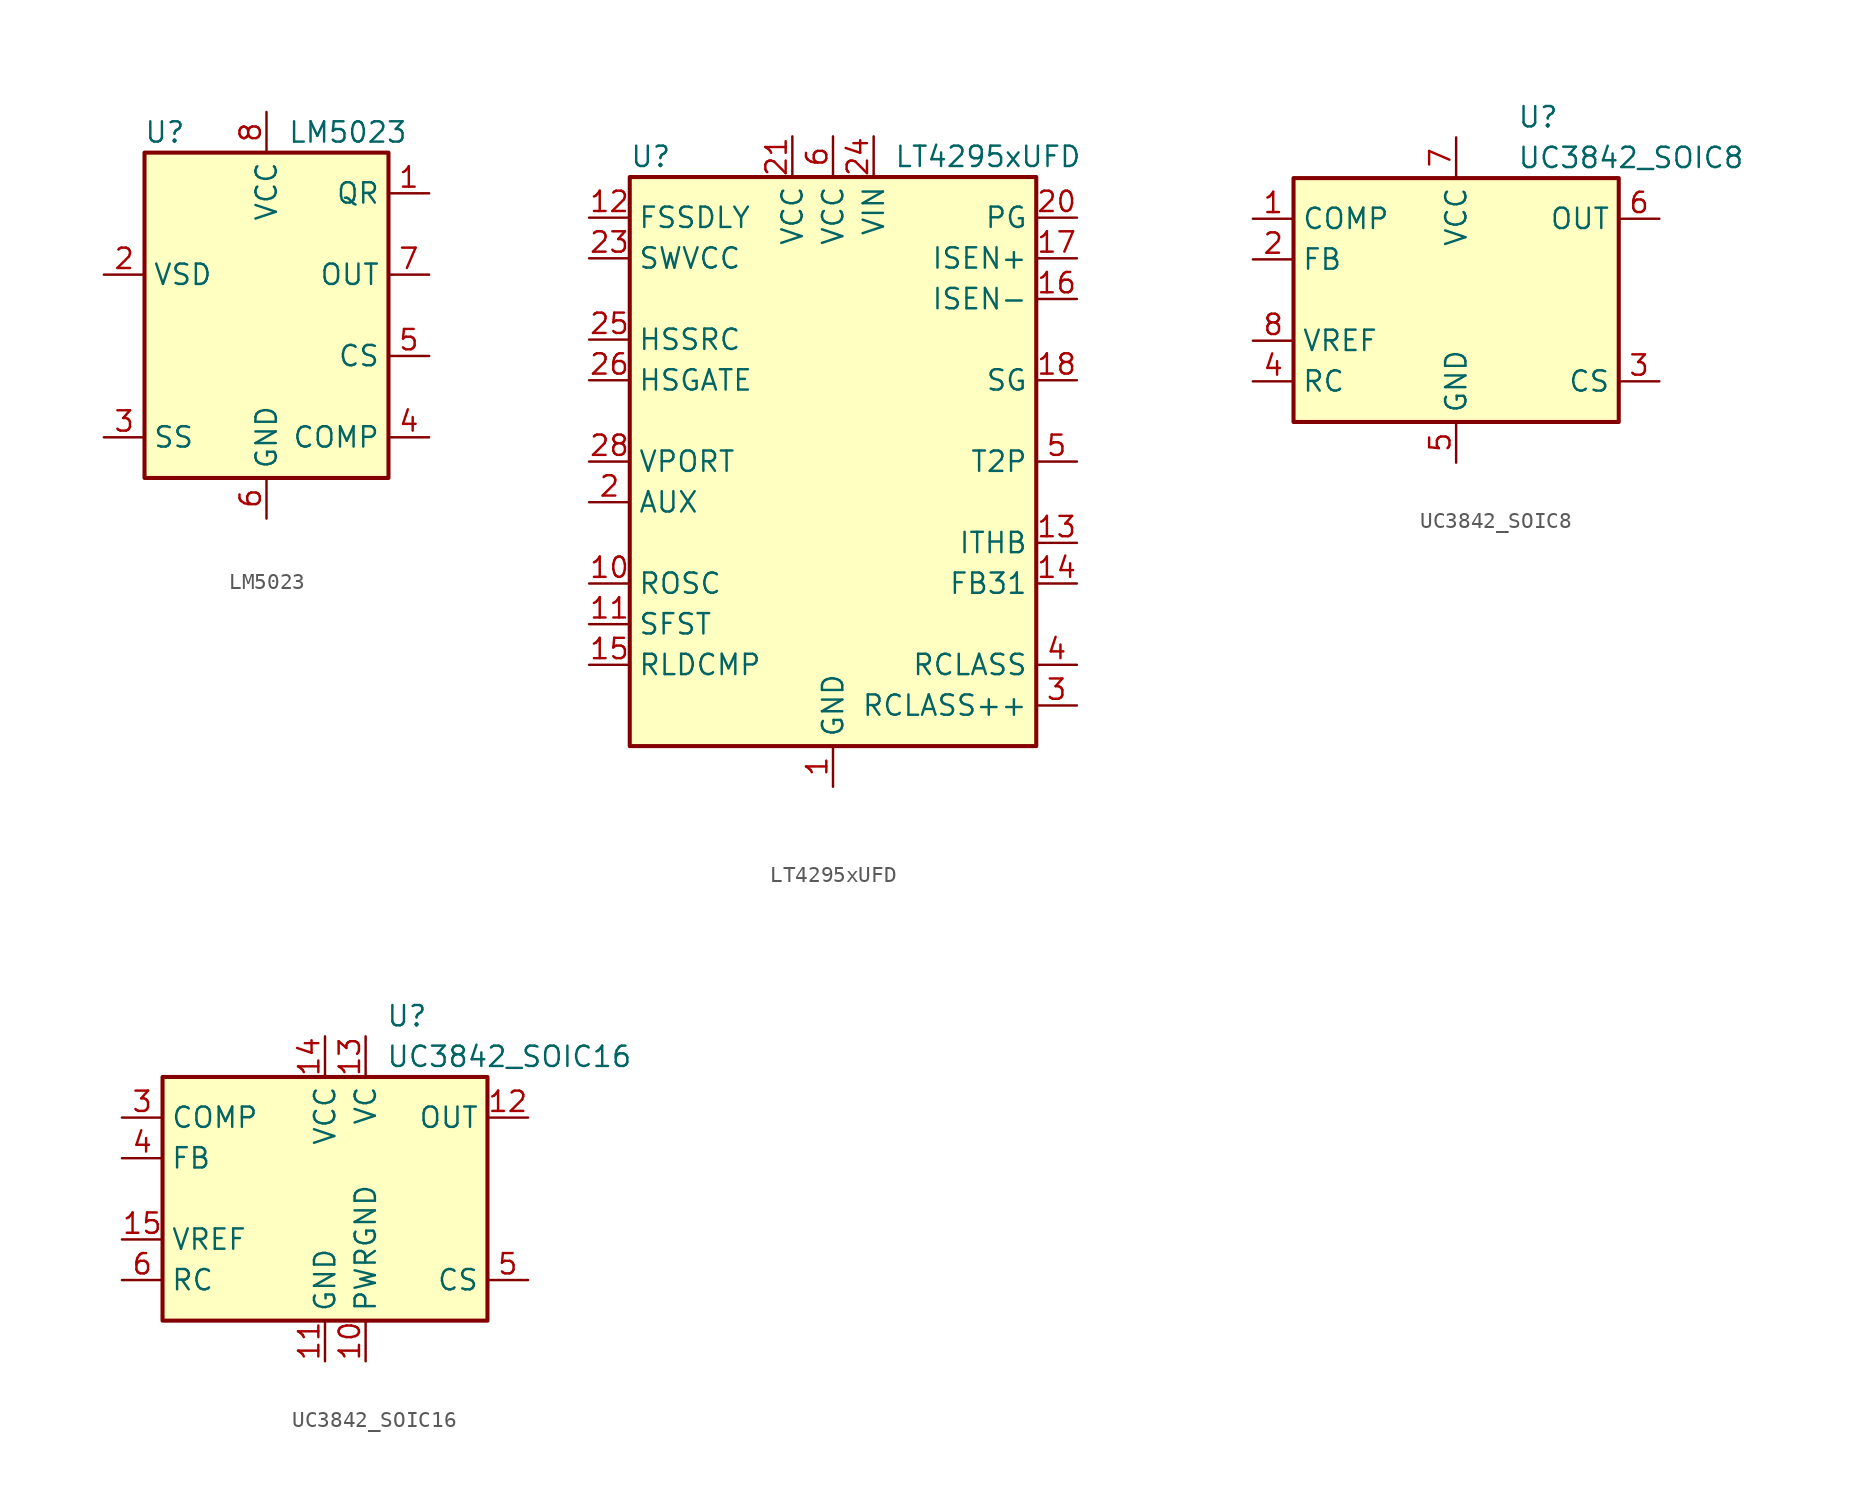
<source format=kicad_sym>
(kicad_symbol_lib
  (version 20201005)
  (generator kicad_symbol_editor)
  (symbol "LM5023"
    (property "Reference" "U"
      (at -6.35 11.43 0)
      (effects (font (size 1.27 1.27))))
    (property "Value" "LM5023"
      (at 5.08 11.43 0)
      (effects (font (size 1.27 1.27))))
    (symbol "LM5023_0_0"
      (pin input line (at 10.16 7.62 180) (length 2.54) (name "QR" (effects (font (size 1.27 1.27)))) (number "1" (effects (font (size 1.27 1.27)))))
      (pin output line (at -10.16 2.54 0) (length 2.54) (name "VSD" (effects (font (size 1.27 1.27)))) (number "2" (effects (font (size 1.27 1.27)))))
      (pin passive line (at -10.16 -7.62 0) (length 2.54) (name "SS" (effects (font (size 1.27 1.27)))) (number "3" (effects (font (size 1.27 1.27)))))
      (pin input line (at 10.16 -7.62 180) (length 2.54) (name "COMP" (effects (font (size 1.27 1.27)))) (number "4" (effects (font (size 1.27 1.27)))))
      (pin input line (at 10.16 -2.54 180) (length 2.54) (name "CS" (effects (font (size 1.27 1.27)))) (number "5" (effects (font (size 1.27 1.27)))))
      (pin power_in line (at 0 -12.7 90) (length 2.54) (name "GND" (effects (font (size 1.27 1.27)))) (number "6" (effects (font (size 1.27 1.27)))))
      (pin output line (at 10.16 2.54 180) (length 2.54) (name "OUT" (effects (font (size 1.27 1.27)))) (number "7" (effects (font (size 1.27 1.27)))))
      (pin power_in line (at 0 12.7 270) (length 2.54) (name "VCC" (effects (font (size 1.27 1.27)))) (number "8" (effects (font (size 1.27 1.27))))))
    (symbol "LM5023_0_1"
      (rectangle (start -7.62 10.16) (end 7.62 -10.16) (stroke (width 0.254)) (fill (type background)))))
  (symbol "LT4295xUFD"
    (property "Reference" "U"
      (at -12.7 19.05 0)
      (effects (font (size 1.27 1.27)) (justify left)))
    (property "Value" "LT4295xUFD"
      (at 3.81 19.05 0)
      (effects (font (size 1.27 1.27)) (justify left)))
    (symbol "LT4295xUFD_0_1"
      (rectangle (start -12.7 17.78) (end 12.7 -17.78) (stroke (width 0.254)) (fill (type background))))
    (symbol "LT4295xUFD_1_1"
      (pin power_in line (at 0 -20.32 90) (length 2.54) (name "GND" (effects (font (size 1.27 1.27)))) (number "1" (effects (font (size 1.27 1.27)))))
      (pin passive line (at -15.24 -7.62 0) (length 2.54) (name "ROSC" (effects (font (size 1.27 1.27)))) (number "10" (effects (font (size 1.27 1.27)))))
      (pin passive line (at -15.24 -10.16 0) (length 2.54) (name "SFST" (effects (font (size 1.27 1.27)))) (number "11" (effects (font (size 1.27 1.27)))))
      (pin input line (at -15.24 15.24 0) (length 2.54) (name "FSSDLY" (effects (font (size 1.27 1.27)))) (number "12" (effects (font (size 1.27 1.27)))))
      (pin input line (at 15.24 -5.08 180) (length 2.54) (name "ITHB" (effects (font (size 1.27 1.27)))) (number "13" (effects (font (size 1.27 1.27)))))
      (pin passive line (at 15.24 -7.62 180) (length 2.54) (name "FB31" (effects (font (size 1.27 1.27)))) (number "14" (effects (font (size 1.27 1.27)))))
      (pin passive line (at -15.24 -12.7 0) (length 2.54) (name "RLDCMP" (effects (font (size 1.27 1.27)))) (number "15" (effects (font (size 1.27 1.27)))))
      (pin passive line (at 15.24 10.16 180) (length 2.54) (name "ISEN-" (effects (font (size 1.27 1.27)))) (number "16" (effects (font (size 1.27 1.27)))))
      (pin passive line (at 15.24 12.7 180) (length 2.54) (name "ISEN+" (effects (font (size 1.27 1.27)))) (number "17" (effects (font (size 1.27 1.27)))))
      (pin output line (at 15.24 5.08 180) (length 2.54) (name "SG" (effects (font (size 1.27 1.27)))) (number "18" (effects (font (size 1.27 1.27)))))
      (pin passive line (at 0 -20.32 90) (length 2.54) hide (name "GND" (effects (font (size 1.27 1.27)))) (number "19" (effects (font (size 1.27 1.27)))))
      (pin input line (at -15.24 -2.54 0) (length 2.54) (name "AUX" (effects (font (size 1.27 1.27)))) (number "2" (effects (font (size 1.27 1.27)))))
      (pin output line (at 15.24 15.24 180) (length 2.54) (name "PG" (effects (font (size 1.27 1.27)))) (number "20" (effects (font (size 1.27 1.27)))))
      (pin power_in line (at -2.54 20.32 270) (length 2.54) (name "VCC" (effects (font (size 1.27 1.27)))) (number "21" (effects (font (size 1.27 1.27)))))
      (pin no_connect line (at -12.7 -15.24 0) (length 2.54) hide (name "DNC" (effects (font (size 1.27 1.27)))) (number "22" (effects (font (size 1.27 1.27)))))
      (pin output line (at -15.24 12.7 0) (length 2.54) (name "SWVCC" (effects (font (size 1.27 1.27)))) (number "23" (effects (font (size 1.27 1.27)))))
      (pin power_in line (at 2.54 20.32 270) (length 2.54) (name "VIN" (effects (font (size 1.27 1.27)))) (number "24" (effects (font (size 1.27 1.27)))))
      (pin input line (at -15.24 7.62 0) (length 2.54) (name "HSSRC" (effects (font (size 1.27 1.27)))) (number "25" (effects (font (size 1.27 1.27)))))
      (pin output line (at -15.24 5.08 0) (length 2.54) (name "HSGATE" (effects (font (size 1.27 1.27)))) (number "26" (effects (font (size 1.27 1.27)))))
      (pin no_connect line (at -12.7 -17.78 0) (length 2.54) hide (name "NC" (effects (font (size 1.27 1.27)))) (number "27" (effects (font (size 1.27 1.27)))))
      (pin input line (at -15.24 0 0) (length 2.54) (name "VPORT" (effects (font (size 1.27 1.27)))) (number "28" (effects (font (size 1.27 1.27)))))
      (pin passive line (at 0 -20.32 90) (length 2.54) hide (name "GND" (effects (font (size 1.27 1.27)))) (number "29" (effects (font (size 1.27 1.27)))))
      (pin passive line (at 15.24 -15.24 180) (length 2.54) (name "RCLASS++" (effects (font (size 1.27 1.27)))) (number "3" (effects (font (size 1.27 1.27)))))
      (pin passive line (at 15.24 -12.7 180) (length 2.54) (name "RCLASS" (effects (font (size 1.27 1.27)))) (number "4" (effects (font (size 1.27 1.27)))))
      (pin open_collector line (at 15.24 0 180) (length 2.54) (name "T2P" (effects (font (size 1.27 1.27)))) (number "5" (effects (font (size 1.27 1.27)))))
      (pin power_in line (at 0 20.32 270) (length 2.54) (name "VCC" (effects (font (size 1.27 1.27)))) (number "6" (effects (font (size 1.27 1.27)))))
      (pin passive line (at 0 20.32 270) (length 2.54) hide (name "VCC" (effects (font (size 1.27 1.27)))) (number "7" (effects (font (size 1.27 1.27)))))
      (pin passive line (at 0 20.32 270) (length 2.54) hide (name "VCC" (effects (font (size 1.27 1.27)))) (number "8" (effects (font (size 1.27 1.27)))))
      (pin passive line (at 0 20.32 270) (length 2.54) hide (name "VCC" (effects (font (size 1.27 1.27)))) (number "9" (effects (font (size 1.27 1.27)))))))
  (symbol "UC3842_SOIC8"
    (property "Reference" "U"
      (at 3.81 11.43 0)
      (effects (font (size 1.27 1.27)) (justify left)))
    (property "Value" "UC3842_SOIC8"
      (at 3.81 8.89 0)
      (effects (font (size 1.27 1.27)) (justify left)))
    (symbol "UC3842_SOIC8_0_1"
      (rectangle (start -10.16 -7.62) (end 10.16 7.62) (stroke (width 0.254)) (fill (type background))))
    (symbol "UC3842_SOIC8_1_1"
      (pin passive line (at -12.7 5.08 0) (length 2.54) (name "COMP" (effects (font (size 1.27 1.27)))) (number "1" (effects (font (size 1.27 1.27)))))
      (pin input line (at -12.7 2.54 0) (length 2.54) (name "FB" (effects (font (size 1.27 1.27)))) (number "2" (effects (font (size 1.27 1.27)))))
      (pin input line (at 12.7 -5.08 180) (length 2.54) (name "CS" (effects (font (size 1.27 1.27)))) (number "3" (effects (font (size 1.27 1.27)))))
      (pin passive line (at -12.7 -5.08 0) (length 2.54) (name "RC" (effects (font (size 1.27 1.27)))) (number "4" (effects (font (size 1.27 1.27)))))
      (pin power_in line (at 0 -10.16 90) (length 2.54) (name "GND" (effects (font (size 1.27 1.27)))) (number "5" (effects (font (size 1.27 1.27)))))
      (pin output line (at 12.7 5.08 180) (length 2.54) (name "OUT" (effects (font (size 1.27 1.27)))) (number "6" (effects (font (size 1.27 1.27)))))
      (pin power_in line (at 0 10.16 270) (length 2.54) (name "VCC" (effects (font (size 1.27 1.27)))) (number "7" (effects (font (size 1.27 1.27)))))
      (pin power_out line (at -12.7 -2.54 0) (length 2.54) (name "VREF" (effects (font (size 1.27 1.27)))) (number "8" (effects (font (size 1.27 1.27)))))))
  (symbol "UC3842_SOIC16"
    (property "Reference" "U"
      (at 3.81 11.43 0)
      (effects (font (size 1.27 1.27)) (justify left)))
    (property "Value" "UC3842_SOIC16"
      (at 3.81 8.89 0)
      (effects (font (size 1.27 1.27)) (justify left)))
    (symbol "UC3842_SOIC16_0_1"
      (rectangle (start -10.16 -7.62) (end 10.16 7.62) (stroke (width 0.254)) (fill (type background))))
    (symbol "UC3842_SOIC16_1_1"
      (pin no_connect line (at -10.16 -7.62 90) (length 2.54) hide (name "NC" (effects (font (size 1.27 1.27)))) (number "1" (effects (font (size 1.27 1.27)))))
      (pin power_in line (at 2.54 -10.16 90) (length 2.54) (name "PWRGND" (effects (font (size 1.27 1.27)))) (number "10" (effects (font (size 1.27 1.27)))))
      (pin power_in line (at 0 -10.16 90) (length 2.54) (name "GND" (effects (font (size 1.27 1.27)))) (number "11" (effects (font (size 1.27 1.27)))))
      (pin output line (at 12.7 5.08 180) (length 2.54) (name "OUT" (effects (font (size 1.27 1.27)))) (number "12" (effects (font (size 1.27 1.27)))))
      (pin power_in line (at 2.54 10.16 270) (length 2.54) (name "VC" (effects (font (size 1.27 1.27)))) (number "13" (effects (font (size 1.27 1.27)))))
      (pin power_in line (at 0 10.16 270) (length 2.54) (name "VCC" (effects (font (size 1.27 1.27)))) (number "14" (effects (font (size 1.27 1.27)))))
      (pin power_out line (at -12.7 -2.54 0) (length 2.54) (name "VREF" (effects (font (size 1.27 1.27)))) (number "15" (effects (font (size 1.27 1.27)))))
      (pin no_connect line (at 7.62 -7.62 90) (length 2.54) hide (name "NC" (effects (font (size 1.27 1.27)))) (number "16" (effects (font (size 1.27 1.27)))))
      (pin no_connect line (at -7.62 -7.62 90) (length 2.54) hide (name "NC" (effects (font (size 1.27 1.27)))) (number "2" (effects (font (size 1.27 1.27)))))
      (pin passive line (at -12.7 5.08 0) (length 2.54) (name "COMP" (effects (font (size 1.27 1.27)))) (number "3" (effects (font (size 1.27 1.27)))))
      (pin input line (at -12.7 2.54 0) (length 2.54) (name "FB" (effects (font (size 1.27 1.27)))) (number "4" (effects (font (size 1.27 1.27)))))
      (pin input line (at 12.7 -5.08 180) (length 2.54) (name "CS" (effects (font (size 1.27 1.27)))) (number "5" (effects (font (size 1.27 1.27)))))
      (pin passive line (at -12.7 -5.08 0) (length 2.54) (name "RC" (effects (font (size 1.27 1.27)))) (number "6" (effects (font (size 1.27 1.27)))))
      (pin no_connect line (at -5.08 -7.62 90) (length 2.54) hide (name "NC" (effects (font (size 1.27 1.27)))) (number "7" (effects (font (size 1.27 1.27)))))
      (pin no_connect line (at -2.54 -7.62 90) (length 2.54) hide (name "NC" (effects (font (size 1.27 1.27)))) (number "8" (effects (font (size 1.27 1.27)))))
      (pin no_connect line (at 5.08 -7.62 90) (length 2.54) hide (name "NC" (effects (font (size 1.27 1.27)))) (number "9" (effects (font (size 1.27 1.27))))))))
</source>
